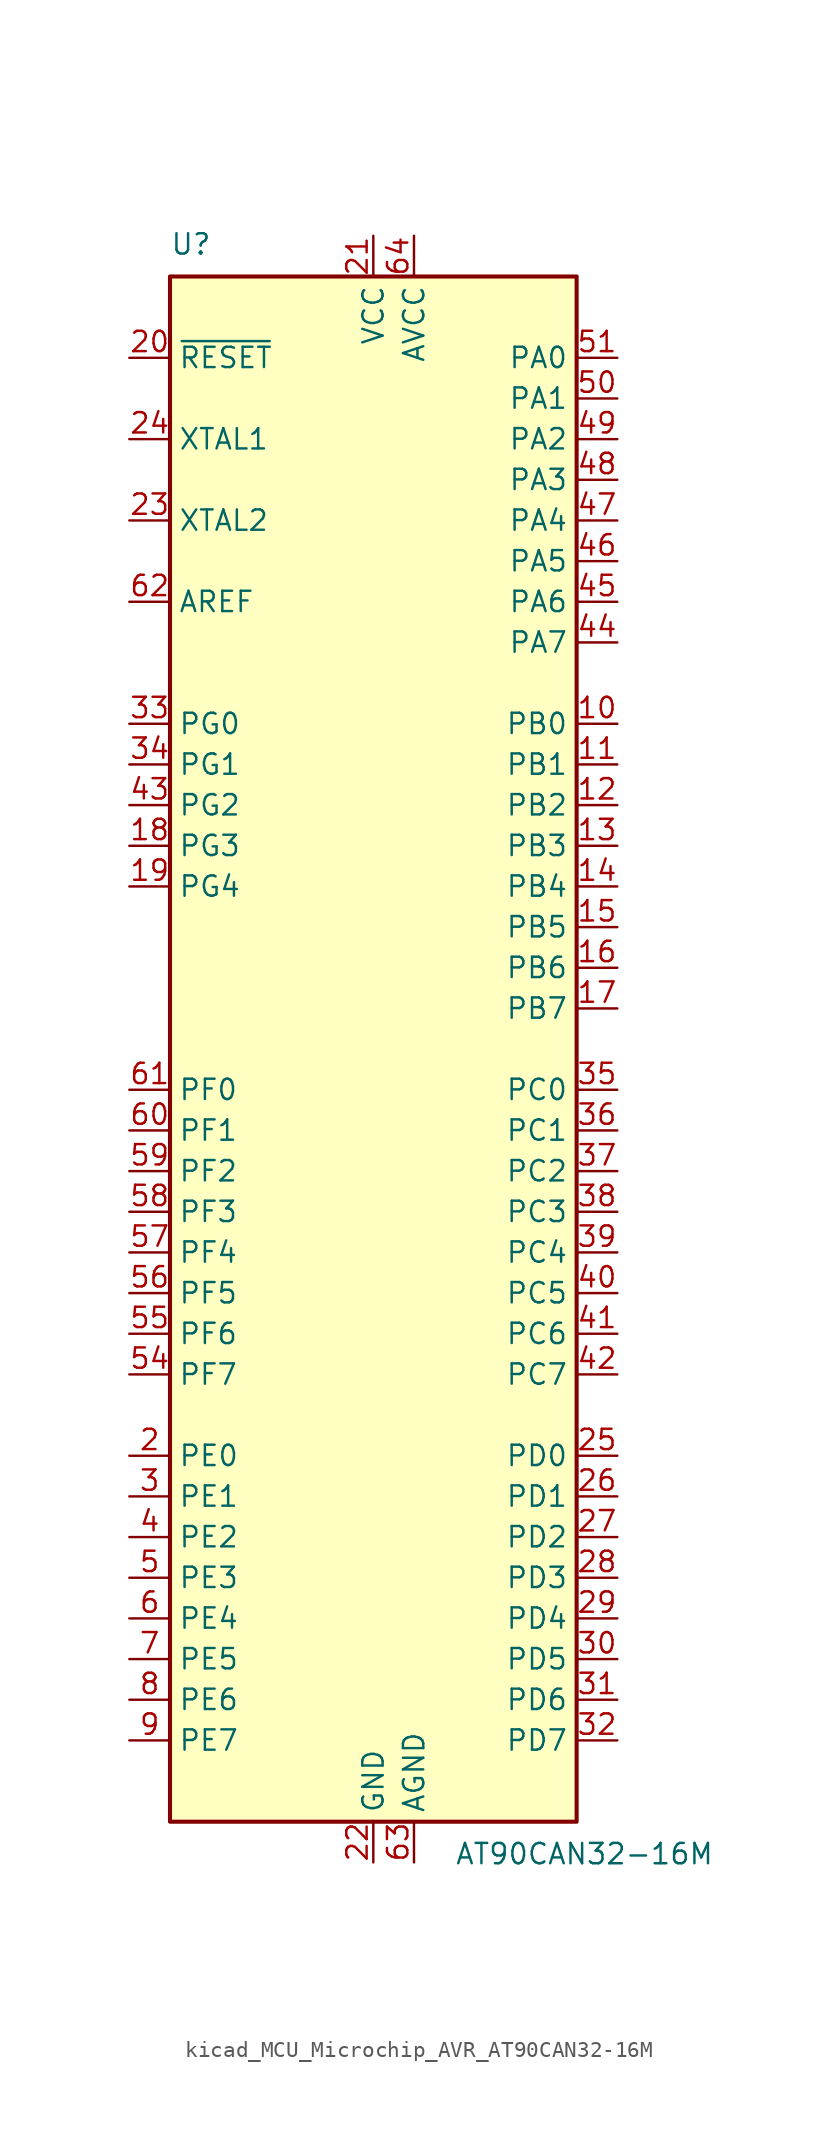
<source format=kicad_sym>
(kicad_symbol_lib
  (version 20220914)
  (generator kicad_symbol_editor)
  (symbol "kicad_MCU_Microchip_AVR_AT90CAN32-16M"
    (property "Reference" "U"
      (at -12.7 49.53 0)
      (effects (font (size 1.27 1.27)) (justify left bottom)))
    (property "Value" "AT90CAN32-16M"
      (at 5.08 -49.53 0)
      (effects (font (size 1.27 1.27)) (justify left top)))
    (symbol "kicad_MCU_Microchip_AVR_AT90CAN32-16M_0_1"
      (rectangle (start -12.7 -48.26) (end 12.7 48.26) (stroke (width 0.254) (type default)) (fill (type background))))
    (symbol "kicad_MCU_Microchip_AVR_AT90CAN32-16M_1_1"
      (pin no_connect line (at -12.7 -45.72 0) (length 2.54) hide (name "NC" (effects (font (size 1.27 1.27)))) (number "1" (effects (font (size 1.27 1.27)))))
      (pin bidirectional line (at 15.24 20.32 180) (length 2.54) (name "PB0" (effects (font (size 1.27 1.27)))) (number "10" (effects (font (size 1.27 1.27)))))
      (pin bidirectional line (at 15.24 17.78 180) (length 2.54) (name "PB1" (effects (font (size 1.27 1.27)))) (number "11" (effects (font (size 1.27 1.27)))))
      (pin bidirectional line (at 15.24 15.24 180) (length 2.54) (name "PB2" (effects (font (size 1.27 1.27)))) (number "12" (effects (font (size 1.27 1.27)))))
      (pin bidirectional line (at 15.24 12.7 180) (length 2.54) (name "PB3" (effects (font (size 1.27 1.27)))) (number "13" (effects (font (size 1.27 1.27)))))
      (pin bidirectional line (at 15.24 10.16 180) (length 2.54) (name "PB4" (effects (font (size 1.27 1.27)))) (number "14" (effects (font (size 1.27 1.27)))))
      (pin bidirectional line (at 15.24 7.62 180) (length 2.54) (name "PB5" (effects (font (size 1.27 1.27)))) (number "15" (effects (font (size 1.27 1.27)))))
      (pin bidirectional line (at 15.24 5.08 180) (length 2.54) (name "PB6" (effects (font (size 1.27 1.27)))) (number "16" (effects (font (size 1.27 1.27)))))
      (pin bidirectional line (at 15.24 2.54 180) (length 2.54) (name "PB7" (effects (font (size 1.27 1.27)))) (number "17" (effects (font (size 1.27 1.27)))))
      (pin bidirectional line (at -15.24 12.7 0) (length 2.54) (name "PG3" (effects (font (size 1.27 1.27)))) (number "18" (effects (font (size 1.27 1.27)))))
      (pin bidirectional line (at -15.24 10.16 0) (length 2.54) (name "PG4" (effects (font (size 1.27 1.27)))) (number "19" (effects (font (size 1.27 1.27)))))
      (pin bidirectional line (at -15.24 -25.4 0) (length 2.54) (name "PE0" (effects (font (size 1.27 1.27)))) (number "2" (effects (font (size 1.27 1.27)))))
      (pin input line (at -15.24 43.18 0) (length 2.54) (name "~{RESET}" (effects (font (size 1.27 1.27)))) (number "20" (effects (font (size 1.27 1.27)))))
      (pin power_in line (at 0 50.8 270) (length 2.54) (name "VCC" (effects (font (size 1.27 1.27)))) (number "21" (effects (font (size 1.27 1.27)))))
      (pin power_in line (at 0 -50.8 90) (length 2.54) (name "GND" (effects (font (size 1.27 1.27)))) (number "22" (effects (font (size 1.27 1.27)))))
      (pin output line (at -15.24 33.02 0) (length 2.54) (name "XTAL2" (effects (font (size 1.27 1.27)))) (number "23" (effects (font (size 1.27 1.27)))))
      (pin input line (at -15.24 38.1 0) (length 2.54) (name "XTAL1" (effects (font (size 1.27 1.27)))) (number "24" (effects (font (size 1.27 1.27)))))
      (pin bidirectional line (at 15.24 -25.4 180) (length 2.54) (name "PD0" (effects (font (size 1.27 1.27)))) (number "25" (effects (font (size 1.27 1.27)))))
      (pin bidirectional line (at 15.24 -27.94 180) (length 2.54) (name "PD1" (effects (font (size 1.27 1.27)))) (number "26" (effects (font (size 1.27 1.27)))))
      (pin bidirectional line (at 15.24 -30.48 180) (length 2.54) (name "PD2" (effects (font (size 1.27 1.27)))) (number "27" (effects (font (size 1.27 1.27)))))
      (pin bidirectional line (at 15.24 -33.02 180) (length 2.54) (name "PD3" (effects (font (size 1.27 1.27)))) (number "28" (effects (font (size 1.27 1.27)))))
      (pin bidirectional line (at 15.24 -35.56 180) (length 2.54) (name "PD4" (effects (font (size 1.27 1.27)))) (number "29" (effects (font (size 1.27 1.27)))))
      (pin bidirectional line (at -15.24 -27.94 0) (length 2.54) (name "PE1" (effects (font (size 1.27 1.27)))) (number "3" (effects (font (size 1.27 1.27)))))
      (pin bidirectional line (at 15.24 -38.1 180) (length 2.54) (name "PD5" (effects (font (size 1.27 1.27)))) (number "30" (effects (font (size 1.27 1.27)))))
      (pin bidirectional line (at 15.24 -40.64 180) (length 2.54) (name "PD6" (effects (font (size 1.27 1.27)))) (number "31" (effects (font (size 1.27 1.27)))))
      (pin bidirectional line (at 15.24 -43.18 180) (length 2.54) (name "PD7" (effects (font (size 1.27 1.27)))) (number "32" (effects (font (size 1.27 1.27)))))
      (pin bidirectional line (at -15.24 20.32 0) (length 2.54) (name "PG0" (effects (font (size 1.27 1.27)))) (number "33" (effects (font (size 1.27 1.27)))))
      (pin bidirectional line (at -15.24 17.78 0) (length 2.54) (name "PG1" (effects (font (size 1.27 1.27)))) (number "34" (effects (font (size 1.27 1.27)))))
      (pin bidirectional line (at 15.24 -2.54 180) (length 2.54) (name "PC0" (effects (font (size 1.27 1.27)))) (number "35" (effects (font (size 1.27 1.27)))))
      (pin bidirectional line (at 15.24 -5.08 180) (length 2.54) (name "PC1" (effects (font (size 1.27 1.27)))) (number "36" (effects (font (size 1.27 1.27)))))
      (pin bidirectional line (at 15.24 -7.62 180) (length 2.54) (name "PC2" (effects (font (size 1.27 1.27)))) (number "37" (effects (font (size 1.27 1.27)))))
      (pin bidirectional line (at 15.24 -10.16 180) (length 2.54) (name "PC3" (effects (font (size 1.27 1.27)))) (number "38" (effects (font (size 1.27 1.27)))))
      (pin bidirectional line (at 15.24 -12.7 180) (length 2.54) (name "PC4" (effects (font (size 1.27 1.27)))) (number "39" (effects (font (size 1.27 1.27)))))
      (pin bidirectional line (at -15.24 -30.48 0) (length 2.54) (name "PE2" (effects (font (size 1.27 1.27)))) (number "4" (effects (font (size 1.27 1.27)))))
      (pin bidirectional line (at 15.24 -15.24 180) (length 2.54) (name "PC5" (effects (font (size 1.27 1.27)))) (number "40" (effects (font (size 1.27 1.27)))))
      (pin bidirectional line (at 15.24 -17.78 180) (length 2.54) (name "PC6" (effects (font (size 1.27 1.27)))) (number "41" (effects (font (size 1.27 1.27)))))
      (pin bidirectional line (at 15.24 -20.32 180) (length 2.54) (name "PC7" (effects (font (size 1.27 1.27)))) (number "42" (effects (font (size 1.27 1.27)))))
      (pin bidirectional line (at -15.24 15.24 0) (length 2.54) (name "PG2" (effects (font (size 1.27 1.27)))) (number "43" (effects (font (size 1.27 1.27)))))
      (pin bidirectional line (at 15.24 25.4 180) (length 2.54) (name "PA7" (effects (font (size 1.27 1.27)))) (number "44" (effects (font (size 1.27 1.27)))))
      (pin bidirectional line (at 15.24 27.94 180) (length 2.54) (name "PA6" (effects (font (size 1.27 1.27)))) (number "45" (effects (font (size 1.27 1.27)))))
      (pin bidirectional line (at 15.24 30.48 180) (length 2.54) (name "PA5" (effects (font (size 1.27 1.27)))) (number "46" (effects (font (size 1.27 1.27)))))
      (pin bidirectional line (at 15.24 33.02 180) (length 2.54) (name "PA4" (effects (font (size 1.27 1.27)))) (number "47" (effects (font (size 1.27 1.27)))))
      (pin bidirectional line (at 15.24 35.56 180) (length 2.54) (name "PA3" (effects (font (size 1.27 1.27)))) (number "48" (effects (font (size 1.27 1.27)))))
      (pin bidirectional line (at 15.24 38.1 180) (length 2.54) (name "PA2" (effects (font (size 1.27 1.27)))) (number "49" (effects (font (size 1.27 1.27)))))
      (pin bidirectional line (at -15.24 -33.02 0) (length 2.54) (name "PE3" (effects (font (size 1.27 1.27)))) (number "5" (effects (font (size 1.27 1.27)))))
      (pin bidirectional line (at 15.24 40.64 180) (length 2.54) (name "PA1" (effects (font (size 1.27 1.27)))) (number "50" (effects (font (size 1.27 1.27)))))
      (pin bidirectional line (at 15.24 43.18 180) (length 2.54) (name "PA0" (effects (font (size 1.27 1.27)))) (number "51" (effects (font (size 1.27 1.27)))))
      (pin passive line (at 0 50.8 270) (length 2.54) hide (name "VCC" (effects (font (size 1.27 1.27)))) (number "52" (effects (font (size 1.27 1.27)))))
      (pin passive line (at 0 -50.8 90) (length 2.54) hide (name "GND" (effects (font (size 1.27 1.27)))) (number "53" (effects (font (size 1.27 1.27)))))
      (pin bidirectional line (at -15.24 -20.32 0) (length 2.54) (name "PF7" (effects (font (size 1.27 1.27)))) (number "54" (effects (font (size 1.27 1.27)))))
      (pin bidirectional line (at -15.24 -17.78 0) (length 2.54) (name "PF6" (effects (font (size 1.27 1.27)))) (number "55" (effects (font (size 1.27 1.27)))))
      (pin bidirectional line (at -15.24 -15.24 0) (length 2.54) (name "PF5" (effects (font (size 1.27 1.27)))) (number "56" (effects (font (size 1.27 1.27)))))
      (pin bidirectional line (at -15.24 -12.7 0) (length 2.54) (name "PF4" (effects (font (size 1.27 1.27)))) (number "57" (effects (font (size 1.27 1.27)))))
      (pin bidirectional line (at -15.24 -10.16 0) (length 2.54) (name "PF3" (effects (font (size 1.27 1.27)))) (number "58" (effects (font (size 1.27 1.27)))))
      (pin bidirectional line (at -15.24 -7.62 0) (length 2.54) (name "PF2" (effects (font (size 1.27 1.27)))) (number "59" (effects (font (size 1.27 1.27)))))
      (pin bidirectional line (at -15.24 -35.56 0) (length 2.54) (name "PE4" (effects (font (size 1.27 1.27)))) (number "6" (effects (font (size 1.27 1.27)))))
      (pin bidirectional line (at -15.24 -5.08 0) (length 2.54) (name "PF1" (effects (font (size 1.27 1.27)))) (number "60" (effects (font (size 1.27 1.27)))))
      (pin bidirectional line (at -15.24 -2.54 0) (length 2.54) (name "PF0" (effects (font (size 1.27 1.27)))) (number "61" (effects (font (size 1.27 1.27)))))
      (pin passive line (at -15.24 27.94 0) (length 2.54) (name "AREF" (effects (font (size 1.27 1.27)))) (number "62" (effects (font (size 1.27 1.27)))))
      (pin power_in line (at 2.54 -50.8 90) (length 2.54) (name "AGND" (effects (font (size 1.27 1.27)))) (number "63" (effects (font (size 1.27 1.27)))))
      (pin power_in line (at 2.54 50.8 270) (length 2.54) (name "AVCC" (effects (font (size 1.27 1.27)))) (number "64" (effects (font (size 1.27 1.27)))))
      (pin passive line (at 0 -50.8 90) (length 2.54) hide (name "GND" (effects (font (size 1.27 1.27)))) (number "65" (effects (font (size 1.27 1.27)))))
      (pin bidirectional line (at -15.24 -38.1 0) (length 2.54) (name "PE5" (effects (font (size 1.27 1.27)))) (number "7" (effects (font (size 1.27 1.27)))))
      (pin bidirectional line (at -15.24 -40.64 0) (length 2.54) (name "PE6" (effects (font (size 1.27 1.27)))) (number "8" (effects (font (size 1.27 1.27)))))
      (pin bidirectional line (at -15.24 -43.18 0) (length 2.54) (name "PE7" (effects (font (size 1.27 1.27)))) (number "9" (effects (font (size 1.27 1.27))))))))
</source>
